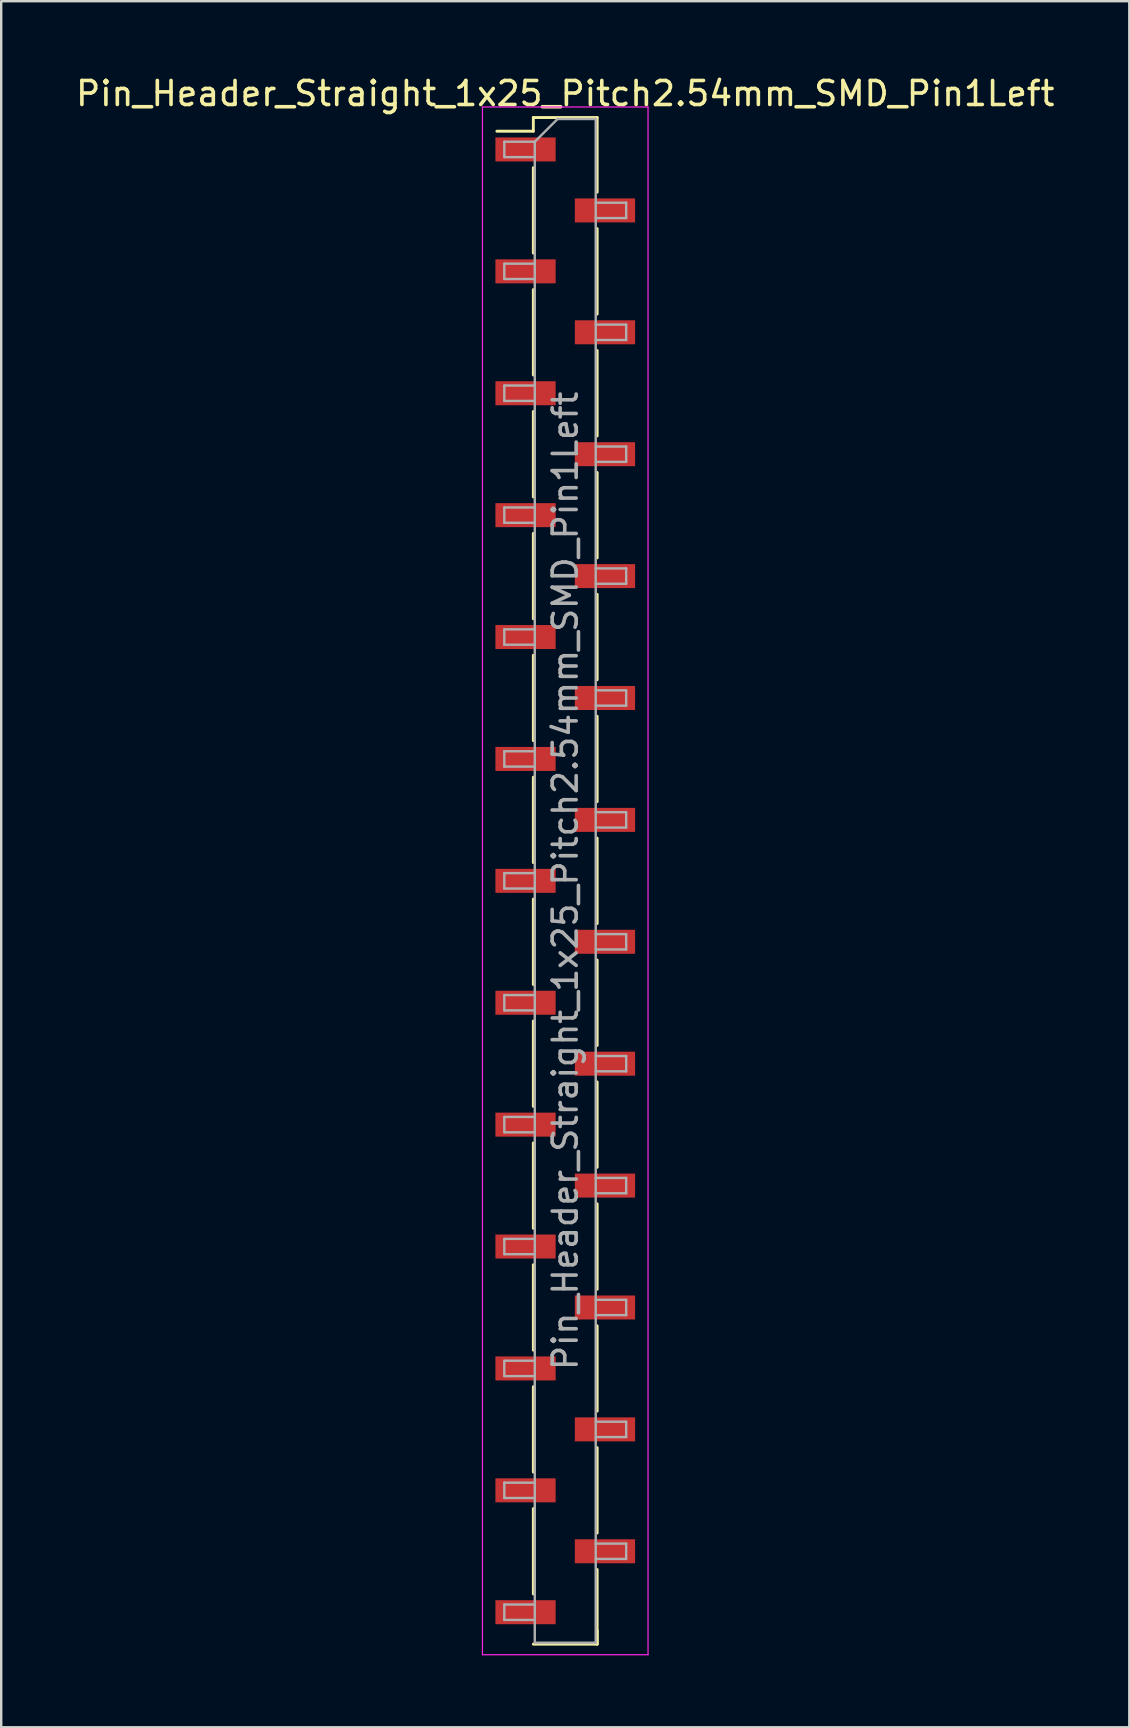
<source format=kicad_pcb>
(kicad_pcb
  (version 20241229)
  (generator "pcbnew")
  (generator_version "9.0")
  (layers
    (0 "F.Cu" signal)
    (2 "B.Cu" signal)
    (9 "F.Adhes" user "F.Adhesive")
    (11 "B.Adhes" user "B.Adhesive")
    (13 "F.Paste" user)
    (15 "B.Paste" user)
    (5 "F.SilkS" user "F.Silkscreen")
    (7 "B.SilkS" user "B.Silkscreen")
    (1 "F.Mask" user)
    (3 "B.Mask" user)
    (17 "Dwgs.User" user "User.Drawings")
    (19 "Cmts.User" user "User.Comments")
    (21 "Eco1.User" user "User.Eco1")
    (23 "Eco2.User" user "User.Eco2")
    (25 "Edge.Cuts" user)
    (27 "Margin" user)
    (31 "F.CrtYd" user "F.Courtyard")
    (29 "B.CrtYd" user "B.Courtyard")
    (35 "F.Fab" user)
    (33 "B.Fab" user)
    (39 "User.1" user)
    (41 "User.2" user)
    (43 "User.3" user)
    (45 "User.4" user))
  (footprint "Pin_Header_Straight_1x25_Pitch2.54mm_SMD_Pin1Left"
    (layer "F.Cu")
    (at 20.506 33.658)
    (property "Reference" "Pin_Header_Straight_1x25_Pitch2.54mm_SMD_Pin1Left" (at 0 -32.81 0) (layer "F.SilkS") (effects (font (size 1 1) (thickness 0.15))))
    (attr smd)
    (fp_line (start -1.33 -31.81) (end -1.33 -31.24) (stroke (width 0.12) (type solid)) (layer "F.SilkS"))
    (fp_line (start -1.33 -31.81) (end 1.33 -31.81) (stroke (width 0.12) (type solid)) (layer "F.SilkS"))
    (fp_line (start -1.33 -31.24) (end -2.85 -31.24) (stroke (width 0.12) (type solid)) (layer "F.SilkS"))
    (fp_line (start -1.33 -29.72) (end -1.33 -26.16) (stroke (width 0.12) (type solid)) (layer "F.SilkS"))
    (fp_line (start -1.33 -24.64) (end -1.33 -21.08) (stroke (width 0.12) (type solid)) (layer "F.SilkS"))
    (fp_line (start -1.33 -19.56) (end -1.33 -16) (stroke (width 0.12) (type solid)) (layer "F.SilkS"))
    (fp_line (start -1.33 -14.48) (end -1.33 -10.92) (stroke (width 0.12) (type solid)) (layer "F.SilkS"))
    (fp_line (start -1.33 -9.4) (end -1.33 -5.84) (stroke (width 0.12) (type solid)) (layer "F.SilkS"))
    (fp_line (start -1.33 -4.32) (end -1.33 -0.76) (stroke (width 0.12) (type solid)) (layer "F.SilkS"))
    (fp_line (start -1.33 0.76) (end -1.33 4.32) (stroke (width 0.12) (type solid)) (layer "F.SilkS"))
    (fp_line (start -1.33 5.84) (end -1.33 9.4) (stroke (width 0.12) (type solid)) (layer "F.SilkS"))
    (fp_line (start -1.33 10.92) (end -1.33 14.48) (stroke (width 0.12) (type solid)) (layer "F.SilkS"))
    (fp_line (start -1.33 16) (end -1.33 19.56) (stroke (width 0.12) (type solid)) (layer "F.SilkS"))
    (fp_line (start -1.33 21.08) (end -1.33 24.64) (stroke (width 0.12) (type solid)) (layer "F.SilkS"))
    (fp_line (start -1.33 26.16) (end -1.33 29.72) (stroke (width 0.12) (type solid)) (layer "F.SilkS"))
    (fp_line (start -1.33 31.81) (end 1.33 31.81) (stroke (width 0.12) (type solid)) (layer "F.SilkS"))
    (fp_line (start 1.33 -31.81) (end 1.33 -28.7) (stroke (width 0.12) (type solid)) (layer "F.SilkS"))
    (fp_line (start 1.33 -27.18) (end 1.33 -23.62) (stroke (width 0.12) (type solid)) (layer "F.SilkS"))
    (fp_line (start 1.33 -22.1) (end 1.33 -18.54) (stroke (width 0.12) (type solid)) (layer "F.SilkS"))
    (fp_line (start 1.33 -17.02) (end 1.33 -13.46) (stroke (width 0.12) (type solid)) (layer "F.SilkS"))
    (fp_line (start 1.33 -11.94) (end 1.33 -8.38) (stroke (width 0.12) (type solid)) (layer "F.SilkS"))
    (fp_line (start 1.33 -6.86) (end 1.33 -3.3) (stroke (width 0.12) (type solid)) (layer "F.SilkS"))
    (fp_line (start 1.33 -1.78) (end 1.33 1.78) (stroke (width 0.12) (type solid)) (layer "F.SilkS"))
    (fp_line (start 1.33 3.3) (end 1.33 6.86) (stroke (width 0.12) (type solid)) (layer "F.SilkS"))
    (fp_line (start 1.33 8.38) (end 1.33 11.94) (stroke (width 0.12) (type solid)) (layer "F.SilkS"))
    (fp_line (start 1.33 13.46) (end 1.33 17.02) (stroke (width 0.12) (type solid)) (layer "F.SilkS"))
    (fp_line (start 1.33 18.54) (end 1.33 22.1) (stroke (width 0.12) (type solid)) (layer "F.SilkS"))
    (fp_line (start 1.33 23.62) (end 1.33 27.18) (stroke (width 0.12) (type solid)) (layer "F.SilkS"))
    (fp_line (start 1.33 28.7) (end 1.33 31.81) (stroke (width 0.12) (type solid)) (layer "F.SilkS"))
    (fp_line (start 1.33 31.24) (end 1.33 31.81) (stroke (width 0.12) (type solid)) (layer "F.SilkS"))
    (fp_line (start -3.45 -32.25) (end -3.45 32.25) (stroke (width 0.05) (type solid)) (layer "F.CrtYd"))
    (fp_line (start -3.45 32.25) (end 3.45 32.25) (stroke (width 0.05) (type solid)) (layer "F.CrtYd"))
    (fp_line (start 3.45 -32.25) (end -3.45 -32.25) (stroke (width 0.05) (type solid)) (layer "F.CrtYd"))
    (fp_line (start 3.45 32.25) (end 3.45 -32.25) (stroke (width 0.05) (type solid)) (layer "F.CrtYd"))
    (fp_line (start -2.54 -30.8) (end -2.54 -30.16) (stroke (width 0.1) (type solid)) (layer "F.Fab"))
    (fp_line (start -2.54 -30.16) (end -1.27 -30.16) (stroke (width 0.1) (type solid)) (layer "F.Fab"))
    (fp_line (start -2.54 -25.72) (end -2.54 -25.08) (stroke (width 0.1) (type solid)) (layer "F.Fab"))
    (fp_line (start -2.54 -25.08) (end -1.27 -25.08) (stroke (width 0.1) (type solid)) (layer "F.Fab"))
    (fp_line (start -2.54 -20.64) (end -2.54 -20) (stroke (width 0.1) (type solid)) (layer "F.Fab"))
    (fp_line (start -2.54 -20) (end -1.27 -20) (stroke (width 0.1) (type solid)) (layer "F.Fab"))
    (fp_line (start -2.54 -15.56) (end -2.54 -14.92) (stroke (width 0.1) (type solid)) (layer "F.Fab"))
    (fp_line (start -2.54 -14.92) (end -1.27 -14.92) (stroke (width 0.1) (type solid)) (layer "F.Fab"))
    (fp_line (start -2.54 -10.48) (end -2.54 -9.84) (stroke (width 0.1) (type solid)) (layer "F.Fab"))
    (fp_line (start -2.54 -9.84) (end -1.27 -9.84) (stroke (width 0.1) (type solid)) (layer "F.Fab"))
    (fp_line (start -2.54 -5.4) (end -2.54 -4.76) (stroke (width 0.1) (type solid)) (layer "F.Fab"))
    (fp_line (start -2.54 -4.76) (end -1.27 -4.76) (stroke (width 0.1) (type solid)) (layer "F.Fab"))
    (fp_line (start -2.54 -0.32) (end -2.54 0.32) (stroke (width 0.1) (type solid)) (layer "F.Fab"))
    (fp_line (start -2.54 0.32) (end -1.27 0.32) (stroke (width 0.1) (type solid)) (layer "F.Fab"))
    (fp_line (start -2.54 4.76) (end -2.54 5.4) (stroke (width 0.1) (type solid)) (layer "F.Fab"))
    (fp_line (start -2.54 5.4) (end -1.27 5.4) (stroke (width 0.1) (type solid)) (layer "F.Fab"))
    (fp_line (start -2.54 9.84) (end -2.54 10.48) (stroke (width 0.1) (type solid)) (layer "F.Fab"))
    (fp_line (start -2.54 10.48) (end -1.27 10.48) (stroke (width 0.1) (type solid)) (layer "F.Fab"))
    (fp_line (start -2.54 14.92) (end -2.54 15.56) (stroke (width 0.1) (type solid)) (layer "F.Fab"))
    (fp_line (start -2.54 15.56) (end -1.27 15.56) (stroke (width 0.1) (type solid)) (layer "F.Fab"))
    (fp_line (start -2.54 20) (end -2.54 20.64) (stroke (width 0.1) (type solid)) (layer "F.Fab"))
    (fp_line (start -2.54 20.64) (end -1.27 20.64) (stroke (width 0.1) (type solid)) (layer "F.Fab"))
    (fp_line (start -2.54 25.08) (end -2.54 25.72) (stroke (width 0.1) (type solid)) (layer "F.Fab"))
    (fp_line (start -2.54 25.72) (end -1.27 25.72) (stroke (width 0.1) (type solid)) (layer "F.Fab"))
    (fp_line (start -2.54 30.16) (end -2.54 30.8) (stroke (width 0.1) (type solid)) (layer "F.Fab"))
    (fp_line (start -2.54 30.8) (end -1.27 30.8) (stroke (width 0.1) (type solid)) (layer "F.Fab"))
    (fp_line (start -1.27 -30.8) (end -2.54 -30.8) (stroke (width 0.1) (type solid)) (layer "F.Fab"))
    (fp_line (start -1.27 -30.8) (end -0.32 -31.75) (stroke (width 0.1) (type solid)) (layer "F.Fab"))
    (fp_line (start -1.27 -25.72) (end -2.54 -25.72) (stroke (width 0.1) (type solid)) (layer "F.Fab"))
    (fp_line (start -1.27 -20.64) (end -2.54 -20.64) (stroke (width 0.1) (type solid)) (layer "F.Fab"))
    (fp_line (start -1.27 -15.56) (end -2.54 -15.56) (stroke (width 0.1) (type solid)) (layer "F.Fab"))
    (fp_line (start -1.27 -10.48) (end -2.54 -10.48) (stroke (width 0.1) (type solid)) (layer "F.Fab"))
    (fp_line (start -1.27 -5.4) (end -2.54 -5.4) (stroke (width 0.1) (type solid)) (layer "F.Fab"))
    (fp_line (start -1.27 -0.32) (end -2.54 -0.32) (stroke (width 0.1) (type solid)) (layer "F.Fab"))
    (fp_line (start -1.27 4.76) (end -2.54 4.76) (stroke (width 0.1) (type solid)) (layer "F.Fab"))
    (fp_line (start -1.27 9.84) (end -2.54 9.84) (stroke (width 0.1) (type solid)) (layer "F.Fab"))
    (fp_line (start -1.27 14.92) (end -2.54 14.92) (stroke (width 0.1) (type solid)) (layer "F.Fab"))
    (fp_line (start -1.27 20) (end -2.54 20) (stroke (width 0.1) (type solid)) (layer "F.Fab"))
    (fp_line (start -1.27 25.08) (end -2.54 25.08) (stroke (width 0.1) (type solid)) (layer "F.Fab"))
    (fp_line (start -1.27 30.16) (end -2.54 30.16) (stroke (width 0.1) (type solid)) (layer "F.Fab"))
    (fp_line (start -1.27 31.75) (end -1.27 -30.8) (stroke (width 0.1) (type solid)) (layer "F.Fab"))
    (fp_line (start -0.32 -31.75) (end 1.27 -31.75) (stroke (width 0.1) (type solid)) (layer "F.Fab"))
    (fp_line (start 1.27 -31.75) (end 1.27 31.75) (stroke (width 0.1) (type solid)) (layer "F.Fab"))
    (fp_line (start 1.27 -28.26) (end 2.54 -28.26) (stroke (width 0.1) (type solid)) (layer "F.Fab"))
    (fp_line (start 1.27 -23.18) (end 2.54 -23.18) (stroke (width 0.1) (type solid)) (layer "F.Fab"))
    (fp_line (start 1.27 -18.1) (end 2.54 -18.1) (stroke (width 0.1) (type solid)) (layer "F.Fab"))
    (fp_line (start 1.27 -13.02) (end 2.54 -13.02) (stroke (width 0.1) (type solid)) (layer "F.Fab"))
    (fp_line (start 1.27 -7.94) (end 2.54 -7.94) (stroke (width 0.1) (type solid)) (layer "F.Fab"))
    (fp_line (start 1.27 -2.86) (end 2.54 -2.86) (stroke (width 0.1) (type solid)) (layer "F.Fab"))
    (fp_line (start 1.27 2.22) (end 2.54 2.22) (stroke (width 0.1) (type solid)) (layer "F.Fab"))
    (fp_line (start 1.27 7.3) (end 2.54 7.3) (stroke (width 0.1) (type solid)) (layer "F.Fab"))
    (fp_line (start 1.27 12.38) (end 2.54 12.38) (stroke (width 0.1) (type solid)) (layer "F.Fab"))
    (fp_line (start 1.27 17.46) (end 2.54 17.46) (stroke (width 0.1) (type solid)) (layer "F.Fab"))
    (fp_line (start 1.27 22.54) (end 2.54 22.54) (stroke (width 0.1) (type solid)) (layer "F.Fab"))
    (fp_line (start 1.27 27.62) (end 2.54 27.62) (stroke (width 0.1) (type solid)) (layer "F.Fab"))
    (fp_line (start 1.27 31.75) (end -1.27 31.75) (stroke (width 0.1) (type solid)) (layer "F.Fab"))
    (fp_line (start 2.54 -28.26) (end 2.54 -27.62) (stroke (width 0.1) (type solid)) (layer "F.Fab"))
    (fp_line (start 2.54 -27.62) (end 1.27 -27.62) (stroke (width 0.1) (type solid)) (layer "F.Fab"))
    (fp_line (start 2.54 -23.18) (end 2.54 -22.54) (stroke (width 0.1) (type solid)) (layer "F.Fab"))
    (fp_line (start 2.54 -22.54) (end 1.27 -22.54) (stroke (width 0.1) (type solid)) (layer "F.Fab"))
    (fp_line (start 2.54 -18.1) (end 2.54 -17.46) (stroke (width 0.1) (type solid)) (layer "F.Fab"))
    (fp_line (start 2.54 -17.46) (end 1.27 -17.46) (stroke (width 0.1) (type solid)) (layer "F.Fab"))
    (fp_line (start 2.54 -13.02) (end 2.54 -12.38) (stroke (width 0.1) (type solid)) (layer "F.Fab"))
    (fp_line (start 2.54 -12.38) (end 1.27 -12.38) (stroke (width 0.1) (type solid)) (layer "F.Fab"))
    (fp_line (start 2.54 -7.94) (end 2.54 -7.3) (stroke (width 0.1) (type solid)) (layer "F.Fab"))
    (fp_line (start 2.54 -7.3) (end 1.27 -7.3) (stroke (width 0.1) (type solid)) (layer "F.Fab"))
    (fp_line (start 2.54 -2.86) (end 2.54 -2.22) (stroke (width 0.1) (type solid)) (layer "F.Fab"))
    (fp_line (start 2.54 -2.22) (end 1.27 -2.22) (stroke (width 0.1) (type solid)) (layer "F.Fab"))
    (fp_line (start 2.54 2.22) (end 2.54 2.86) (stroke (width 0.1) (type solid)) (layer "F.Fab"))
    (fp_line (start 2.54 2.86) (end 1.27 2.86) (stroke (width 0.1) (type solid)) (layer "F.Fab"))
    (fp_line (start 2.54 7.3) (end 2.54 7.94) (stroke (width 0.1) (type solid)) (layer "F.Fab"))
    (fp_line (start 2.54 7.94) (end 1.27 7.94) (stroke (width 0.1) (type solid)) (layer "F.Fab"))
    (fp_line (start 2.54 12.38) (end 2.54 13.02) (stroke (width 0.1) (type solid)) (layer "F.Fab"))
    (fp_line (start 2.54 13.02) (end 1.27 13.02) (stroke (width 0.1) (type solid)) (layer "F.Fab"))
    (fp_line (start 2.54 17.46) (end 2.54 18.1) (stroke (width 0.1) (type solid)) (layer "F.Fab"))
    (fp_line (start 2.54 18.1) (end 1.27 18.1) (stroke (width 0.1) (type solid)) (layer "F.Fab"))
    (fp_line (start 2.54 22.54) (end 2.54 23.18) (stroke (width 0.1) (type solid)) (layer "F.Fab"))
    (fp_line (start 2.54 23.18) (end 1.27 23.18) (stroke (width 0.1) (type solid)) (layer "F.Fab"))
    (fp_line (start 2.54 27.62) (end 2.54 28.26) (stroke (width 0.1) (type solid)) (layer "F.Fab"))
    (fp_line (start 2.54 28.26) (end 1.27 28.26) (stroke (width 0.1) (type solid)) (layer "F.Fab"))
    (fp_text user "${REFERENCE}" (at 0 0 90) (layer "F.Fab") (effects (font (size 1 1) (thickness 0.15))))
    (pad "1" smd rect (at -1.655 -30.48) (size 2.51 1) (layers "F.Cu" "F.Mask" "F.Paste"))
    (pad "2" smd rect (at 1.655 -27.94) (size 2.51 1) (layers "F.Cu" "F.Mask" "F.Paste"))
    (pad "3" smd rect (at -1.655 -25.4) (size 2.51 1) (layers "F.Cu" "F.Mask" "F.Paste"))
    (pad "4" smd rect (at 1.655 -22.86) (size 2.51 1) (layers "F.Cu" "F.Mask" "F.Paste"))
    (pad "5" smd rect (at -1.655 -20.32) (size 2.51 1) (layers "F.Cu" "F.Mask" "F.Paste"))
    (pad "6" smd rect (at 1.655 -17.78) (size 2.51 1) (layers "F.Cu" "F.Mask" "F.Paste"))
    (pad "7" smd rect (at -1.655 -15.24) (size 2.51 1) (layers "F.Cu" "F.Mask" "F.Paste"))
    (pad "8" smd rect (at 1.655 -12.7) (size 2.51 1) (layers "F.Cu" "F.Mask" "F.Paste"))
    (pad "9" smd rect (at -1.655 -10.16) (size 2.51 1) (layers "F.Cu" "F.Mask" "F.Paste"))
    (pad "10" smd rect (at 1.655 -7.62) (size 2.51 1) (layers "F.Cu" "F.Mask" "F.Paste"))
    (pad "11" smd rect (at -1.655 -5.08) (size 2.51 1) (layers "F.Cu" "F.Mask" "F.Paste"))
    (pad "12" smd rect (at 1.655 -2.54) (size 2.51 1) (layers "F.Cu" "F.Mask" "F.Paste"))
    (pad "13" smd rect (at -1.655 0) (size 2.51 1) (layers "F.Cu" "F.Mask" "F.Paste"))
    (pad "14" smd rect (at 1.655 2.54) (size 2.51 1) (layers "F.Cu" "F.Mask" "F.Paste"))
    (pad "15" smd rect (at -1.655 5.08) (size 2.51 1) (layers "F.Cu" "F.Mask" "F.Paste"))
    (pad "16" smd rect (at 1.655 7.62) (size 2.51 1) (layers "F.Cu" "F.Mask" "F.Paste"))
    (pad "17" smd rect (at -1.655 10.16) (size 2.51 1) (layers "F.Cu" "F.Mask" "F.Paste"))
    (pad "18" smd rect (at 1.655 12.7) (size 2.51 1) (layers "F.Cu" "F.Mask" "F.Paste"))
    (pad "19" smd rect (at -1.655 15.24) (size 2.51 1) (layers "F.Cu" "F.Mask" "F.Paste"))
    (pad "20" smd rect (at 1.655 17.78) (size 2.51 1) (layers "F.Cu" "F.Mask" "F.Paste"))
    (pad "21" smd rect (at -1.655 20.32) (size 2.51 1) (layers "F.Cu" "F.Mask" "F.Paste"))
    (pad "22" smd rect (at 1.655 22.86) (size 2.51 1) (layers "F.Cu" "F.Mask" "F.Paste"))
    (pad "23" smd rect (at -1.655 25.4) (size 2.51 1) (layers "F.Cu" "F.Mask" "F.Paste"))
    (pad "24" smd rect (at 1.655 27.94) (size 2.51 1) (layers "F.Cu" "F.Mask" "F.Paste"))
    (pad "25" smd rect (at -1.655 30.48) (size 2.51 1) (layers "F.Cu" "F.Mask" "F.Paste")))
  (gr_rect
    (start -3 -3)
    (end 44.012 68.933)
    (stroke (width 0.1) (type default))
    (fill no)
    (layer "Edge.Cuts")))
</source>
